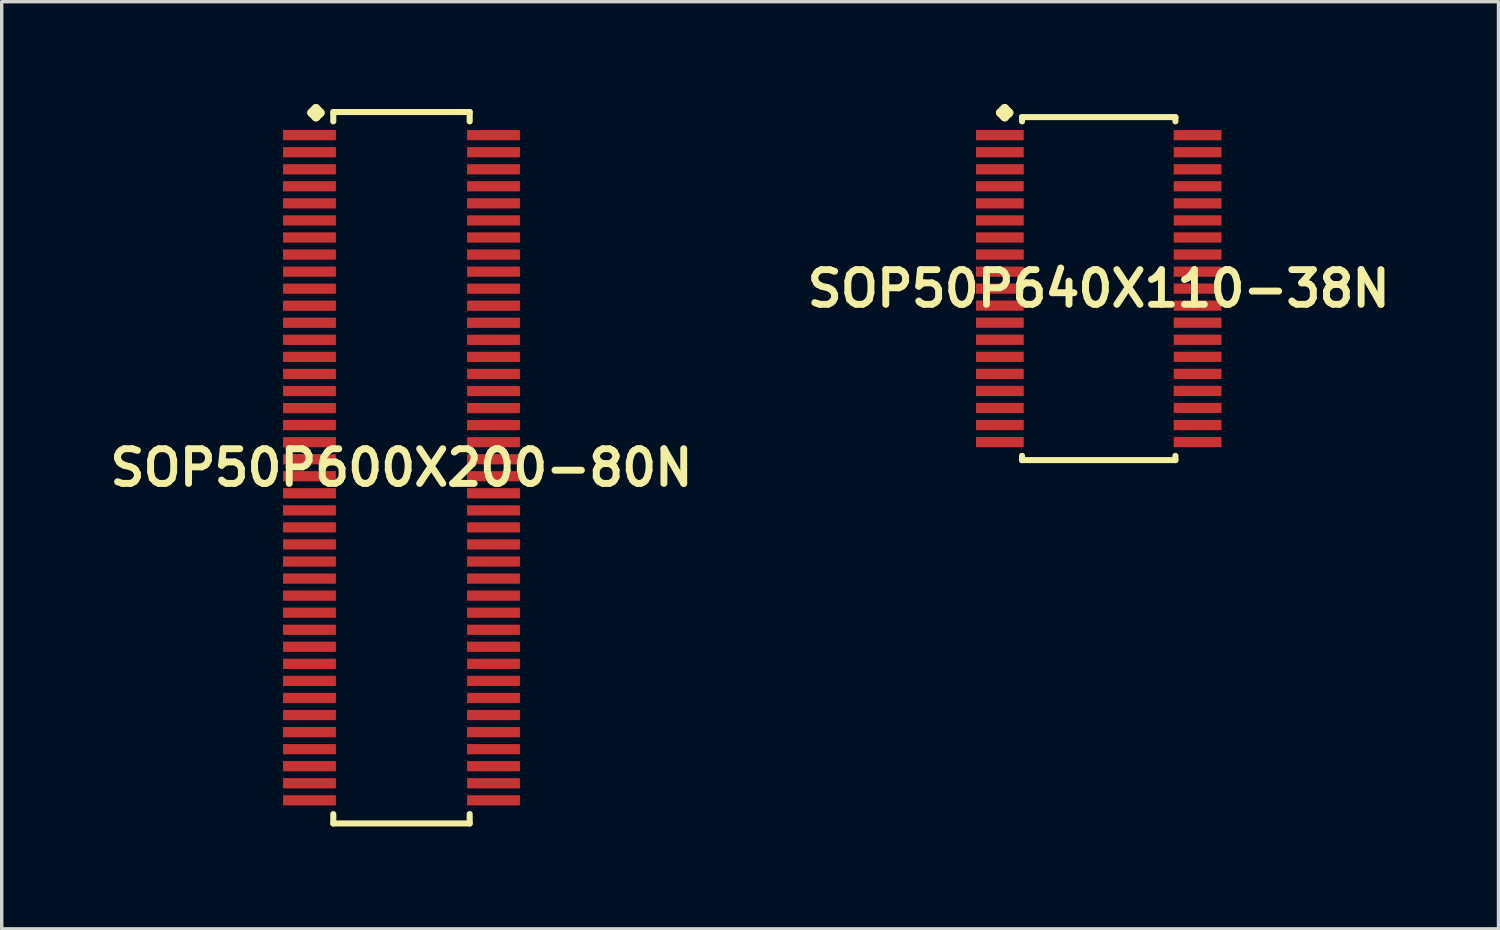
<source format=kicad_pcb>
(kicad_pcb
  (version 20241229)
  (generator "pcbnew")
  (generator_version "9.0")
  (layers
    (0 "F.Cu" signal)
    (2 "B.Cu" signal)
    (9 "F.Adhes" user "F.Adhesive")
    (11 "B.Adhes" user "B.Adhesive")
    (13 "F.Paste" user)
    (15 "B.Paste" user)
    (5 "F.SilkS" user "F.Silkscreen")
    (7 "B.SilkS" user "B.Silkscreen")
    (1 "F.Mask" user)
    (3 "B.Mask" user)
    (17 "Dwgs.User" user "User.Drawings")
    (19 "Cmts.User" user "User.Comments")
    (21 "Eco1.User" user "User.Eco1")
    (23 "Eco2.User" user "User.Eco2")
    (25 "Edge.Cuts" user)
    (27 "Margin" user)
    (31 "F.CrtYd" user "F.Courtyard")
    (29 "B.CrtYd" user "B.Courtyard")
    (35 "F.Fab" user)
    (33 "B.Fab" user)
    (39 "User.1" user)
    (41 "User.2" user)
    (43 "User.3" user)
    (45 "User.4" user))
  (footprint "SOP50P600X200-80N"
    (layer "F.Cu")
    (at 8.718 10.66)
    (property "Reference" "SOP50P600X200-80N" (at 0 0 0) (layer "F.SilkS") (effects (font (size 1.016 1.016) (thickness 0.203))))
    (attr smd)
    (fp_line (start -2.634 -10.406) (end -2.507 -10.533) (stroke (width 0.254) (type solid)) (layer "F.SilkS"))
    (fp_line (start -2.507 -10.533) (end -2.38 -10.406) (stroke (width 0.254) (type solid)) (layer "F.SilkS"))
    (fp_line (start -2.507 -10.279) (end -2.634 -10.406) (stroke (width 0.254) (type solid)) (layer "F.SilkS"))
    (fp_line (start -2.38 -10.406) (end -2.507 -10.279) (stroke (width 0.254) (type solid)) (layer "F.SilkS"))
    (fp_line (start -1.999 -10.427) (end 1.999 -10.427) (stroke (width 0.178) (type solid)) (layer "F.SilkS"))
    (fp_line (start -1.999 -10.152) (end -1.999 -10.427) (stroke (width 0.178) (type solid)) (layer "F.SilkS"))
    (fp_line (start -1.999 10.152) (end -1.999 10.427) (stroke (width 0.178) (type solid)) (layer "F.SilkS"))
    (fp_line (start -1.999 10.427) (end 1.999 10.427) (stroke (width 0.178) (type solid)) (layer "F.SilkS"))
    (fp_line (start 1.999 -10.427) (end 1.999 -10.152) (stroke (width 0.178) (type solid)) (layer "F.SilkS"))
    (fp_line (start 1.999 10.427) (end 1.999 10.152) (stroke (width 0.178) (type solid)) (layer "F.SilkS"))
    (pad "1" smd rect (at -2.697 -9.749) (size 1.549 0.3) (layers "F.Cu" "F.Mask" "F.Paste"))
    (pad "2" smd rect (at -2.697 -9.248) (size 1.549 0.3) (layers "F.Cu" "F.Mask" "F.Paste"))
    (pad "3" smd rect (at -2.697 -8.748) (size 1.549 0.3) (layers "F.Cu" "F.Mask" "F.Paste"))
    (pad "4" smd rect (at -2.697 -8.25) (size 1.549 0.3) (layers "F.Cu" "F.Mask" "F.Paste"))
    (pad "5" smd rect (at -2.697 -7.75) (size 1.549 0.3) (layers "F.Cu" "F.Mask" "F.Paste"))
    (pad "6" smd rect (at -2.697 -7.249) (size 1.549 0.3) (layers "F.Cu" "F.Mask" "F.Paste"))
    (pad "7" smd rect (at -2.697 -6.749) (size 1.549 0.3) (layers "F.Cu" "F.Mask" "F.Paste"))
    (pad "8" smd rect (at -2.697 -6.248) (size 1.549 0.3) (layers "F.Cu" "F.Mask" "F.Paste"))
    (pad "9" smd rect (at -2.697 -5.748) (size 1.549 0.3) (layers "F.Cu" "F.Mask" "F.Paste"))
    (pad "10" smd rect (at -2.697 -5.248) (size 1.549 0.3) (layers "F.Cu" "F.Mask" "F.Paste"))
    (pad "11" smd rect (at -2.697 -4.75) (size 1.549 0.3) (layers "F.Cu" "F.Mask" "F.Paste"))
    (pad "12" smd rect (at -2.697 -4.249) (size 1.549 0.3) (layers "F.Cu" "F.Mask" "F.Paste"))
    (pad "13" smd rect (at -2.697 -3.749) (size 1.549 0.3) (layers "F.Cu" "F.Mask" "F.Paste"))
    (pad "14" smd rect (at -2.697 -3.249) (size 1.549 0.3) (layers "F.Cu" "F.Mask" "F.Paste"))
    (pad "15" smd rect (at -2.697 -2.748) (size 1.549 0.3) (layers "F.Cu" "F.Mask" "F.Paste"))
    (pad "16" smd rect (at -2.697 -2.248) (size 1.549 0.3) (layers "F.Cu" "F.Mask" "F.Paste"))
    (pad "17" smd rect (at -2.697 -1.748) (size 1.549 0.3) (layers "F.Cu" "F.Mask" "F.Paste"))
    (pad "18" smd rect (at -2.697 -1.25) (size 1.549 0.3) (layers "F.Cu" "F.Mask" "F.Paste"))
    (pad "19" smd rect (at -2.697 -0.749) (size 1.549 0.3) (layers "F.Cu" "F.Mask" "F.Paste"))
    (pad "20" smd rect (at -2.697 -0.249) (size 1.549 0.3) (layers "F.Cu" "F.Mask" "F.Paste"))
    (pad "21" smd rect (at -2.697 0.249) (size 1.549 0.3) (layers "F.Cu" "F.Mask" "F.Paste"))
    (pad "22" smd rect (at -2.697 0.749) (size 1.549 0.3) (layers "F.Cu" "F.Mask" "F.Paste"))
    (pad "23" smd rect (at -2.697 1.25) (size 1.549 0.3) (layers "F.Cu" "F.Mask" "F.Paste"))
    (pad "24" smd rect (at -2.697 1.748) (size 1.549 0.3) (layers "F.Cu" "F.Mask" "F.Paste"))
    (pad "25" smd rect (at -2.697 2.248) (size 1.549 0.3) (layers "F.Cu" "F.Mask" "F.Paste"))
    (pad "26" smd rect (at -2.697 2.748) (size 1.549 0.3) (layers "F.Cu" "F.Mask" "F.Paste"))
    (pad "27" smd rect (at -2.697 3.249) (size 1.549 0.3) (layers "F.Cu" "F.Mask" "F.Paste"))
    (pad "28" smd rect (at -2.697 3.749) (size 1.549 0.3) (layers "F.Cu" "F.Mask" "F.Paste"))
    (pad "29" smd rect (at -2.697 4.249) (size 1.549 0.3) (layers "F.Cu" "F.Mask" "F.Paste"))
    (pad "30" smd rect (at -2.697 4.75) (size 1.549 0.3) (layers "F.Cu" "F.Mask" "F.Paste"))
    (pad "31" smd rect (at -2.697 5.248) (size 1.549 0.3) (layers "F.Cu" "F.Mask" "F.Paste"))
    (pad "32" smd rect (at -2.697 5.748) (size 1.549 0.3) (layers "F.Cu" "F.Mask" "F.Paste"))
    (pad "33" smd rect (at -2.697 6.248) (size 1.549 0.3) (layers "F.Cu" "F.Mask" "F.Paste"))
    (pad "34" smd rect (at -2.697 6.749) (size 1.549 0.3) (layers "F.Cu" "F.Mask" "F.Paste"))
    (pad "35" smd rect (at -2.697 7.249) (size 1.549 0.3) (layers "F.Cu" "F.Mask" "F.Paste"))
    (pad "36" smd rect (at -2.697 7.75) (size 1.549 0.3) (layers "F.Cu" "F.Mask" "F.Paste"))
    (pad "37" smd rect (at -2.697 8.25) (size 1.549 0.3) (layers "F.Cu" "F.Mask" "F.Paste"))
    (pad "38" smd rect (at -2.697 8.748) (size 1.549 0.3) (layers "F.Cu" "F.Mask" "F.Paste"))
    (pad "39" smd rect (at -2.697 9.248) (size 1.549 0.3) (layers "F.Cu" "F.Mask" "F.Paste"))
    (pad "40" smd rect (at -2.697 9.749) (size 1.549 0.3) (layers "F.Cu" "F.Mask" "F.Paste"))
    (pad "41" smd rect (at 2.697 9.749) (size 1.549 0.3) (layers "F.Cu" "F.Mask" "F.Paste"))
    (pad "42" smd rect (at 2.697 9.248) (size 1.549 0.3) (layers "F.Cu" "F.Mask" "F.Paste"))
    (pad "43" smd rect (at 2.697 8.748) (size 1.549 0.3) (layers "F.Cu" "F.Mask" "F.Paste"))
    (pad "44" smd rect (at 2.697 8.25) (size 1.549 0.3) (layers "F.Cu" "F.Mask" "F.Paste"))
    (pad "45" smd rect (at 2.697 7.75) (size 1.549 0.3) (layers "F.Cu" "F.Mask" "F.Paste"))
    (pad "46" smd rect (at 2.697 7.249) (size 1.549 0.3) (layers "F.Cu" "F.Mask" "F.Paste"))
    (pad "47" smd rect (at 2.697 6.749) (size 1.549 0.3) (layers "F.Cu" "F.Mask" "F.Paste"))
    (pad "48" smd rect (at 2.697 6.248) (size 1.549 0.3) (layers "F.Cu" "F.Mask" "F.Paste"))
    (pad "49" smd rect (at 2.697 5.748) (size 1.549 0.3) (layers "F.Cu" "F.Mask" "F.Paste"))
    (pad "50" smd rect (at 2.697 5.248) (size 1.549 0.3) (layers "F.Cu" "F.Mask" "F.Paste"))
    (pad "51" smd rect (at 2.697 4.75) (size 1.549 0.3) (layers "F.Cu" "F.Mask" "F.Paste"))
    (pad "52" smd rect (at 2.697 4.249) (size 1.549 0.3) (layers "F.Cu" "F.Mask" "F.Paste"))
    (pad "53" smd rect (at 2.697 3.749) (size 1.549 0.3) (layers "F.Cu" "F.Mask" "F.Paste"))
    (pad "54" smd rect (at 2.697 3.249) (size 1.549 0.3) (layers "F.Cu" "F.Mask" "F.Paste"))
    (pad "55" smd rect (at 2.697 2.748) (size 1.549 0.3) (layers "F.Cu" "F.Mask" "F.Paste"))
    (pad "56" smd rect (at 2.697 2.248) (size 1.549 0.3) (layers "F.Cu" "F.Mask" "F.Paste"))
    (pad "57" smd rect (at 2.697 1.748) (size 1.549 0.3) (layers "F.Cu" "F.Mask" "F.Paste"))
    (pad "58" smd rect (at 2.697 1.25) (size 1.549 0.3) (layers "F.Cu" "F.Mask" "F.Paste"))
    (pad "59" smd rect (at 2.697 0.749) (size 1.549 0.3) (layers "F.Cu" "F.Mask" "F.Paste"))
    (pad "60" smd rect (at 2.697 0.249) (size 1.549 0.3) (layers "F.Cu" "F.Mask" "F.Paste"))
    (pad "61" smd rect (at 2.697 -0.249) (size 1.549 0.3) (layers "F.Cu" "F.Mask" "F.Paste"))
    (pad "62" smd rect (at 2.697 -0.749) (size 1.549 0.3) (layers "F.Cu" "F.Mask" "F.Paste"))
    (pad "63" smd rect (at 2.697 -1.25) (size 1.549 0.3) (layers "F.Cu" "F.Mask" "F.Paste"))
    (pad "64" smd rect (at 2.697 -1.748) (size 1.549 0.3) (layers "F.Cu" "F.Mask" "F.Paste"))
    (pad "65" smd rect (at 2.697 -2.248) (size 1.549 0.3) (layers "F.Cu" "F.Mask" "F.Paste"))
    (pad "66" smd rect (at 2.697 -2.748) (size 1.549 0.3) (layers "F.Cu" "F.Mask" "F.Paste"))
    (pad "67" smd rect (at 2.697 -3.249) (size 1.549 0.3) (layers "F.Cu" "F.Mask" "F.Paste"))
    (pad "68" smd rect (at 2.697 -3.749) (size 1.549 0.3) (layers "F.Cu" "F.Mask" "F.Paste"))
    (pad "69" smd rect (at 2.697 -4.249) (size 1.549 0.3) (layers "F.Cu" "F.Mask" "F.Paste"))
    (pad "70" smd rect (at 2.697 -4.75) (size 1.549 0.3) (layers "F.Cu" "F.Mask" "F.Paste"))
    (pad "71" smd rect (at 2.697 -5.248) (size 1.549 0.3) (layers "F.Cu" "F.Mask" "F.Paste"))
    (pad "72" smd rect (at 2.697 -5.748) (size 1.549 0.3) (layers "F.Cu" "F.Mask" "F.Paste"))
    (pad "73" smd rect (at 2.697 -6.248) (size 1.549 0.3) (layers "F.Cu" "F.Mask" "F.Paste"))
    (pad "74" smd rect (at 2.697 -6.749) (size 1.549 0.3) (layers "F.Cu" "F.Mask" "F.Paste"))
    (pad "75" smd rect (at 2.697 -7.249) (size 1.549 0.3) (layers "F.Cu" "F.Mask" "F.Paste"))
    (pad "76" smd rect (at 2.697 -7.75) (size 1.549 0.3) (layers "F.Cu" "F.Mask" "F.Paste"))
    (pad "77" smd rect (at 2.697 -8.25) (size 1.549 0.3) (layers "F.Cu" "F.Mask" "F.Paste"))
    (pad "78" smd rect (at 2.697 -8.748) (size 1.549 0.3) (layers "F.Cu" "F.Mask" "F.Paste"))
    (pad "79" smd rect (at 2.697 -9.248) (size 1.549 0.3) (layers "F.Cu" "F.Mask" "F.Paste"))
    (pad "80" smd rect (at 2.697 -9.749) (size 1.549 0.3) (layers "F.Cu" "F.Mask" "F.Paste")))
  (footprint "SOP50P640X110-38N"
    (layer "F.Cu")
    (at 29.155 5.41)
    (property "Reference" "SOP50P640X110-38N" (at 0 0 0) (layer "F.SilkS") (effects (font (size 1.016 1.016) (thickness 0.203))))
    (attr smd)
    (fp_line (start -2.883 -5.156) (end -2.756 -5.283) (stroke (width 0.254) (type solid)) (layer "F.SilkS"))
    (fp_line (start -2.756 -5.283) (end -2.629 -5.156) (stroke (width 0.254) (type solid)) (layer "F.SilkS"))
    (fp_line (start -2.756 -5.029) (end -2.883 -5.156) (stroke (width 0.254) (type solid)) (layer "F.SilkS"))
    (fp_line (start -2.629 -5.156) (end -2.756 -5.029) (stroke (width 0.254) (type solid)) (layer "F.SilkS"))
    (fp_line (start -2.248 -5.027) (end 2.248 -5.027) (stroke (width 0.178) (type solid)) (layer "F.SilkS"))
    (fp_line (start -2.248 -4.902) (end -2.248 -5.027) (stroke (width 0.178) (type solid)) (layer "F.SilkS"))
    (fp_line (start -2.248 4.902) (end -2.248 5.027) (stroke (width 0.178) (type solid)) (layer "F.SilkS"))
    (fp_line (start -2.248 5.027) (end 2.248 5.027) (stroke (width 0.178) (type solid)) (layer "F.SilkS"))
    (fp_line (start 2.248 -5.027) (end 2.248 -4.902) (stroke (width 0.178) (type solid)) (layer "F.SilkS"))
    (fp_line (start 2.248 5.027) (end 2.248 4.902) (stroke (width 0.178) (type solid)) (layer "F.SilkS"))
    (pad "1" smd rect (at -2.898 -4.498) (size 1.4 0.3) (layers "F.Cu" "F.Mask" "F.Paste"))
    (pad "2" smd rect (at -2.898 -3.998) (size 1.4 0.3) (layers "F.Cu" "F.Mask" "F.Paste"))
    (pad "3" smd rect (at -2.898 -3.498) (size 1.4 0.3) (layers "F.Cu" "F.Mask" "F.Paste"))
    (pad "4" smd rect (at -2.898 -3) (size 1.4 0.3) (layers "F.Cu" "F.Mask" "F.Paste"))
    (pad "5" smd rect (at -2.898 -2.499) (size 1.4 0.3) (layers "F.Cu" "F.Mask" "F.Paste"))
    (pad "6" smd rect (at -2.898 -1.999) (size 1.4 0.3) (layers "F.Cu" "F.Mask" "F.Paste"))
    (pad "7" smd rect (at -2.898 -1.499) (size 1.4 0.3) (layers "F.Cu" "F.Mask" "F.Paste"))
    (pad "8" smd rect (at -2.898 -0.998) (size 1.4 0.3) (layers "F.Cu" "F.Mask" "F.Paste"))
    (pad "9" smd rect (at -2.898 -0.498) (size 1.4 0.3) (layers "F.Cu" "F.Mask" "F.Paste"))
    (pad "10" smd rect (at -2.898 0) (size 1.4 0.3) (layers "F.Cu" "F.Mask" "F.Paste"))
    (pad "11" smd rect (at -2.898 0.498) (size 1.4 0.3) (layers "F.Cu" "F.Mask" "F.Paste"))
    (pad "12" smd rect (at -2.898 0.998) (size 1.4 0.3) (layers "F.Cu" "F.Mask" "F.Paste"))
    (pad "13" smd rect (at -2.898 1.499) (size 1.4 0.3) (layers "F.Cu" "F.Mask" "F.Paste"))
    (pad "14" smd rect (at -2.898 1.999) (size 1.4 0.3) (layers "F.Cu" "F.Mask" "F.Paste"))
    (pad "15" smd rect (at -2.898 2.499) (size 1.4 0.3) (layers "F.Cu" "F.Mask" "F.Paste"))
    (pad "16" smd rect (at -2.898 3) (size 1.4 0.3) (layers "F.Cu" "F.Mask" "F.Paste"))
    (pad "17" smd rect (at -2.898 3.498) (size 1.4 0.3) (layers "F.Cu" "F.Mask" "F.Paste"))
    (pad "18" smd rect (at -2.898 3.998) (size 1.4 0.3) (layers "F.Cu" "F.Mask" "F.Paste"))
    (pad "19" smd rect (at -2.898 4.498) (size 1.4 0.3) (layers "F.Cu" "F.Mask" "F.Paste"))
    (pad "20" smd rect (at 2.898 4.498) (size 1.4 0.3) (layers "F.Cu" "F.Mask" "F.Paste"))
    (pad "21" smd rect (at 2.898 3.998) (size 1.4 0.3) (layers "F.Cu" "F.Mask" "F.Paste"))
    (pad "22" smd rect (at 2.898 3.498) (size 1.4 0.3) (layers "F.Cu" "F.Mask" "F.Paste"))
    (pad "23" smd rect (at 2.898 3) (size 1.4 0.3) (layers "F.Cu" "F.Mask" "F.Paste"))
    (pad "24" smd rect (at 2.898 2.499) (size 1.4 0.3) (layers "F.Cu" "F.Mask" "F.Paste"))
    (pad "25" smd rect (at 2.898 1.999) (size 1.4 0.3) (layers "F.Cu" "F.Mask" "F.Paste"))
    (pad "26" smd rect (at 2.898 1.499) (size 1.4 0.3) (layers "F.Cu" "F.Mask" "F.Paste"))
    (pad "27" smd rect (at 2.898 0.998) (size 1.4 0.3) (layers "F.Cu" "F.Mask" "F.Paste"))
    (pad "28" smd rect (at 2.898 0.498) (size 1.4 0.3) (layers "F.Cu" "F.Mask" "F.Paste"))
    (pad "29" smd rect (at 2.898 0) (size 1.4 0.3) (layers "F.Cu" "F.Mask" "F.Paste"))
    (pad "30" smd rect (at 2.898 -0.498) (size 1.4 0.3) (layers "F.Cu" "F.Mask" "F.Paste"))
    (pad "31" smd rect (at 2.898 -0.998) (size 1.4 0.3) (layers "F.Cu" "F.Mask" "F.Paste"))
    (pad "32" smd rect (at 2.898 -1.499) (size 1.4 0.3) (layers "F.Cu" "F.Mask" "F.Paste"))
    (pad "33" smd rect (at 2.898 -1.999) (size 1.4 0.3) (layers "F.Cu" "F.Mask" "F.Paste"))
    (pad "34" smd rect (at 2.898 -2.499) (size 1.4 0.3) (layers "F.Cu" "F.Mask" "F.Paste"))
    (pad "35" smd rect (at 2.898 -3) (size 1.4 0.3) (layers "F.Cu" "F.Mask" "F.Paste"))
    (pad "36" smd rect (at 2.898 -3.498) (size 1.4 0.3) (layers "F.Cu" "F.Mask" "F.Paste"))
    (pad "37" smd rect (at 2.898 -3.998) (size 1.4 0.3) (layers "F.Cu" "F.Mask" "F.Paste"))
    (pad "38" smd rect (at 2.898 -4.498) (size 1.4 0.3) (layers "F.Cu" "F.Mask" "F.Paste")))
  (gr_rect
    (start -3 -3)
    (end 40.873 24.176)
    (stroke (width 0.1) (type default))
    (fill no)
    (layer "Edge.Cuts")))
</source>
